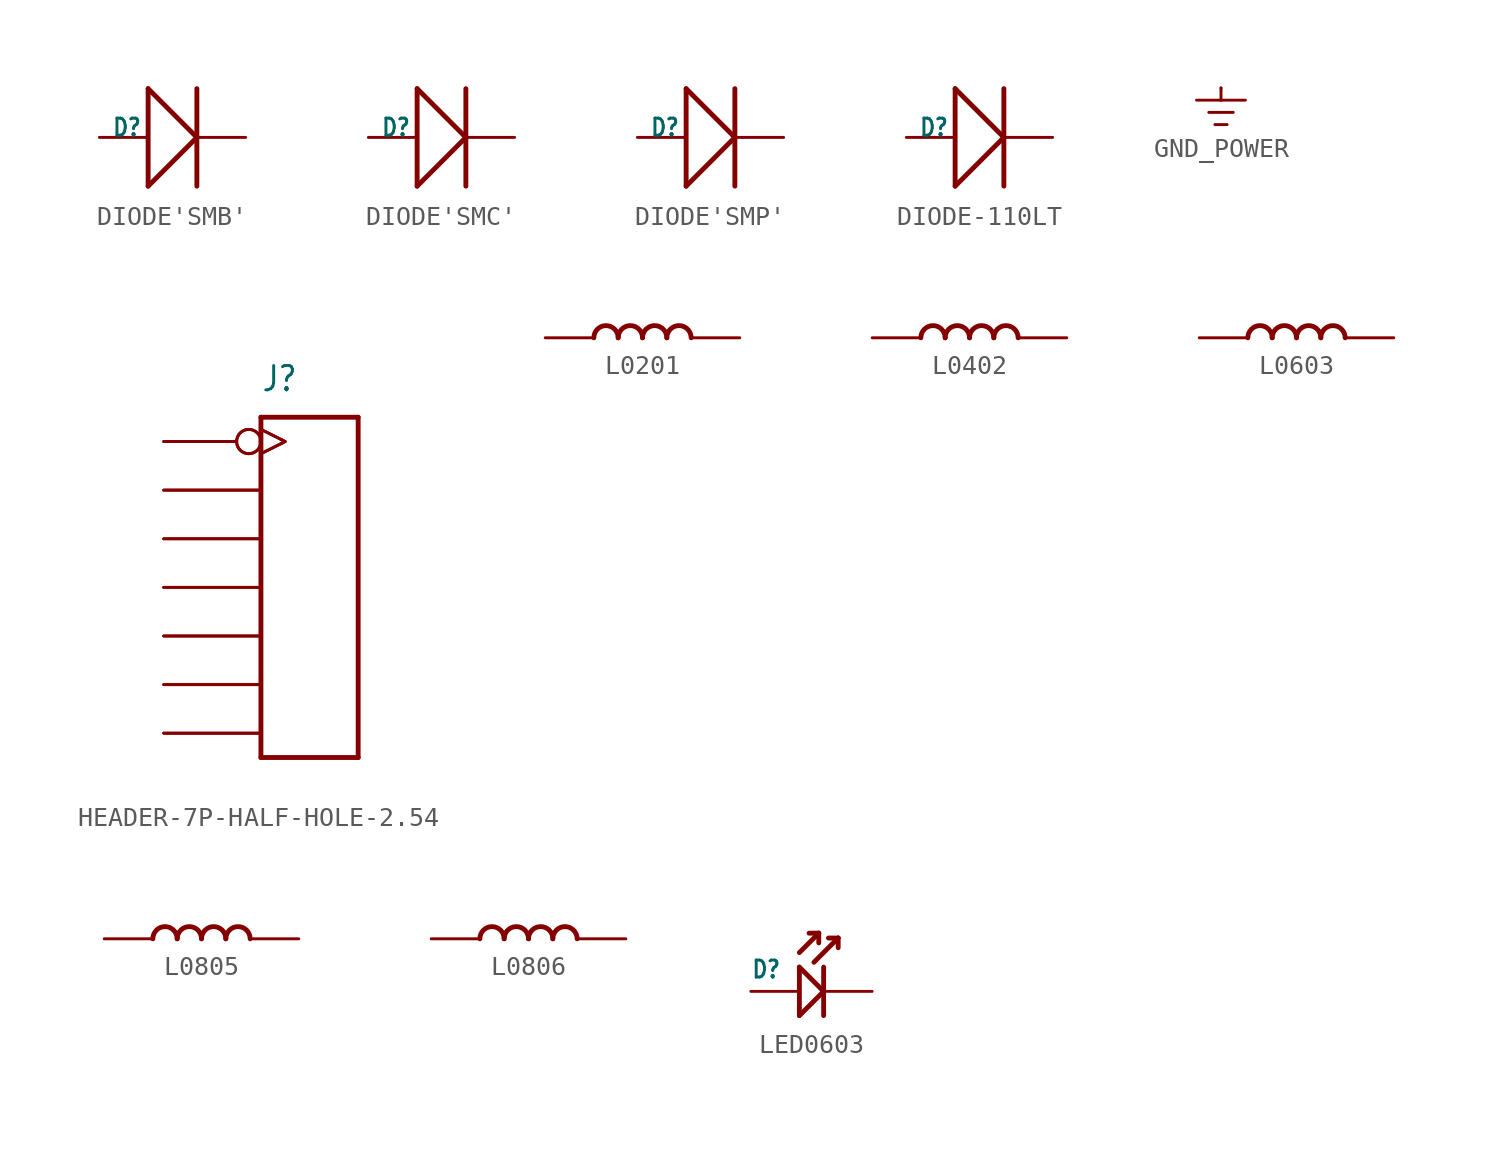
<source format=kicad_sym>
(kicad_symbol_lib
  (version 20241209)
  (generator "kicad_symbol_editor")
  (generator_version "9.0")
  (symbol "DIODE'SMB'"
    (property "Reference" "D"
      (at -3.175 0 0)
      (effects (font (size 0.889 0.756)) (justify left bottom)))
    (property "Value" ""
      (at 0 0 0)
      (effects (font (size 0.635 0.54)) (justify left bottom)))
    (property "ki_locked" ""
      (at 0 0 0)
      (effects (font (size 1.27 1.27))))
    (symbol "DIODE'SMB'_1_0"
      (polyline (pts (xy -1.27 2.54) (xy 1.27 0)) (stroke (width 0.254) (type solid)) (fill (type none)))
      (polyline (pts (xy -1.27 -2.54) (xy -1.27 2.54)) (stroke (width 0.254) (type solid)) (fill (type none)))
      (polyline (pts (xy -1.27 -2.54) (xy 1.27 0)) (stroke (width 0.254) (type solid)) (fill (type none)))
      (polyline (pts (xy 1.27 2.54) (xy 1.27 -2.54)) (stroke (width 0.254) (type solid)) (fill (type none)))
      (pin passive line (at -3.81 0 0) (length 2.54) (name "+" (effects (font (size 0 0)))) (number "1" (effects (font (size 0 0)))))
      (pin passive line (at 3.81 0 180) (length 2.54) (name "-" (effects (font (size 0 0)))) (number "2" (effects (font (size 0 0)))))))
  (symbol "DIODE'SMC'"
    (property "Reference" "D"
      (at -3.175 0 0)
      (effects (font (size 0.889 0.756)) (justify left bottom)))
    (property "Value" ""
      (at 0 0 0)
      (effects (font (size 0.635 0.54)) (justify left bottom)))
    (property "ki_locked" ""
      (at 0 0 0)
      (effects (font (size 1.27 1.27))))
    (symbol "DIODE'SMC'_1_0"
      (polyline (pts (xy -1.27 2.54) (xy 1.27 0)) (stroke (width 0.254) (type solid)) (fill (type none)))
      (polyline (pts (xy -1.27 -2.54) (xy -1.27 2.54)) (stroke (width 0.254) (type solid)) (fill (type none)))
      (polyline (pts (xy -1.27 -2.54) (xy 1.27 0)) (stroke (width 0.254) (type solid)) (fill (type none)))
      (polyline (pts (xy 1.27 2.54) (xy 1.27 -2.54)) (stroke (width 0.254) (type solid)) (fill (type none)))
      (pin passive line (at -3.81 0 0) (length 2.54) (name "+" (effects (font (size 0 0)))) (number "1" (effects (font (size 0 0)))))
      (pin passive line (at 3.81 0 180) (length 2.54) (name "-" (effects (font (size 0 0)))) (number "2" (effects (font (size 0 0)))))))
  (symbol "DIODE'SMP'"
    (property "Reference" "D"
      (at -3.175 0 0)
      (effects (font (size 0.889 0.756)) (justify left bottom)))
    (property "Value" ""
      (at 0 0 0)
      (effects (font (size 0.635 0.54)) (justify left bottom)))
    (property "ki_locked" ""
      (at 0 0 0)
      (effects (font (size 1.27 1.27))))
    (symbol "DIODE'SMP'_1_0"
      (polyline (pts (xy -1.27 2.54) (xy 1.27 0)) (stroke (width 0.254) (type solid)) (fill (type none)))
      (polyline (pts (xy -1.27 -2.54) (xy -1.27 2.54)) (stroke (width 0.254) (type solid)) (fill (type none)))
      (polyline (pts (xy -1.27 -2.54) (xy 1.27 0)) (stroke (width 0.254) (type solid)) (fill (type none)))
      (polyline (pts (xy 1.27 2.54) (xy 1.27 -2.54)) (stroke (width 0.254) (type solid)) (fill (type none)))
      (pin passive line (at -3.81 0 0) (length 2.54) (name "+" (effects (font (size 0 0)))) (number "+" (effects (font (size 0 0)))))
      (pin passive line (at 3.81 0 180) (length 2.54) (name "-" (effects (font (size 0 0)))) (number "-" (effects (font (size 0 0)))))))
  (symbol "DIODE-110LT"
    (property "Reference" "D"
      (at -3.175 0 0)
      (effects (font (size 0.889 0.756)) (justify left bottom)))
    (property "Value" ""
      (at 0 0 0)
      (effects (font (size 0.635 0.54)) (justify left bottom)))
    (property "ki_locked" ""
      (at 0 0 0)
      (effects (font (size 1.27 1.27))))
    (symbol "DIODE-110LT_1_0"
      (polyline (pts (xy -1.27 2.54) (xy 1.27 0)) (stroke (width 0.254) (type solid)) (fill (type none)))
      (polyline (pts (xy -1.27 -2.54) (xy -1.27 2.54)) (stroke (width 0.254) (type solid)) (fill (type none)))
      (polyline (pts (xy -1.27 -2.54) (xy 1.27 0)) (stroke (width 0.254) (type solid)) (fill (type none)))
      (polyline (pts (xy 1.27 2.54) (xy 1.27 -2.54)) (stroke (width 0.254) (type solid)) (fill (type none)))
      (pin passive line (at -3.81 0 0) (length 2.54) (name "+" (effects (font (size 0 0)))) (number "+" (effects (font (size 0 0)))))
      (pin passive line (at 3.81 0 180) (length 2.54) (name "-" (effects (font (size 0 0)))) (number "-" (effects (font (size 0 0)))))))
  (symbol "GND_POWER"
    (power)
    (property "Reference" ""
      (at 0 0 0)
      (effects (font (size 1.27 1.27)) (hide yes)))
    (property "ki_locked" ""
      (at 0 0 0)
      (effects (font (size 1.27 1.27))))
    (symbol "GND_POWER_1_0"
      (polyline (pts (xy -1.27 -0.635) (xy 0 -0.635)) (stroke (width 0.152) (type solid)) (fill (type none)))
      (polyline (pts (xy -0.635 -1.27) (xy 0.635 -1.27)) (stroke (width 0.152) (type solid)) (fill (type none)))
      (polyline (pts (xy -0.318 -1.905) (xy 0.318 -1.905)) (stroke (width 0.152) (type solid)) (fill (type none)))
      (polyline (pts (xy 0 0) (xy 0 -0.635)) (stroke (width 0.152) (type solid)) (fill (type none)))
      (polyline (pts (xy 0 -0.635) (xy 1.27 -0.635)) (stroke (width 0.152) (type solid)) (fill (type none)))
      (pin power_in line (at 0 0 270) (length 0) (name "GND" (effects (font (size 0 0)))) (number "1" (effects (font (size 0 0)))))))
  (symbol "HEADER-7P-HALF-HOLE-2.54"
    (property "Reference" "J"
      (at -2.54 10.16 0)
      (effects (font (size 1.27 1.079)) (justify left bottom)))
    (property "Value" ""
      (at -2.54 8.89 0)
      (effects (font (size 1.27 1.079)) (justify left bottom)))
    (property "ki_locked" ""
      (at 0 0 0)
      (effects (font (size 1.27 1.27))))
    (symbol "HEADER-7P-HALF-HOLE-2.54_1_0"
      (polyline (pts (xy -2.54 8.89) (xy 2.54 8.89)) (stroke (width 0.254) (type solid)) (fill (type none)))
      (polyline (pts (xy -2.54 -8.89) (xy -2.54 8.89)) (stroke (width 0.254) (type solid)) (fill (type none)))
      (polyline (pts (xy 2.54 8.89) (xy 2.54 -8.89)) (stroke (width 0.254) (type solid)) (fill (type none)))
      (polyline (pts (xy 2.54 -8.89) (xy -2.54 -8.89)) (stroke (width 0.254) (type solid)) (fill (type none)))
      (pin bidirectional inverted_clock (at -7.62 7.62 0) (length 5.08) (name "1" (effects (font (size 0 0)))) (number "1" (effects (font (size 0 0)))))
      (pin bidirectional inverted_clock (at -7.62 7.62 0) (length 5.08) (name "1" (effects (font (size 0 0)))) (number "13" (effects (font (size 0 0)))))
      (pin bidirectional line (at -7.62 5.08 0) (length 5.08) (name "2" (effects (font (size 0 0)))) (number "14" (effects (font (size 0 0)))))
      (pin bidirectional line (at -7.62 5.08 0) (length 5.08) (name "2" (effects (font (size 0 0)))) (number "2" (effects (font (size 0 0)))))
      (pin bidirectional line (at -7.62 2.54 0) (length 5.08) (name "3" (effects (font (size 0 0)))) (number "15" (effects (font (size 0 0)))))
      (pin bidirectional line (at -7.62 2.54 0) (length 5.08) (name "3" (effects (font (size 0 0)))) (number "3" (effects (font (size 0 0)))))
      (pin bidirectional line (at -7.62 0 0) (length 5.08) (name "4" (effects (font (size 0 0)))) (number "16" (effects (font (size 0 0)))))
      (pin bidirectional line (at -7.62 0 0) (length 5.08) (name "4" (effects (font (size 0 0)))) (number "4" (effects (font (size 0 0)))))
      (pin bidirectional line (at -7.62 -2.54 0) (length 5.08) (name "5" (effects (font (size 0 0)))) (number "17" (effects (font (size 0 0)))))
      (pin bidirectional line (at -7.62 -2.54 0) (length 5.08) (name "5" (effects (font (size 0 0)))) (number "5" (effects (font (size 0 0)))))
      (pin bidirectional line (at -7.62 -5.08 0) (length 5.08) (name "6" (effects (font (size 0 0)))) (number "18" (effects (font (size 0 0)))))
      (pin bidirectional line (at -7.62 -5.08 0) (length 5.08) (name "6" (effects (font (size 0 0)))) (number "6" (effects (font (size 0 0)))))
      (pin bidirectional line (at -7.62 -7.62 0) (length 5.08) (name "7" (effects (font (size 0 0)))) (number "19" (effects (font (size 0 0)))))
      (pin bidirectional line (at -7.62 -7.62 0) (length 5.08) (name "7" (effects (font (size 0 0)))) (number "7" (effects (font (size 0 0)))))))
  (symbol "L0201"
    (property "Reference" "L"
      (at -5.08 0 0)
      (effects (font (size 1.27 1.079)) (justify left bottom) (hide yes)))
    (property "ki_locked" ""
      (at 0 0 0)
      (effects (font (size 1.27 1.27))))
    (symbol "L0201_1_0"
      (arc (start -2.54 0) (mid -1.905 0.635) (end -1.27 0) (stroke (width 0.254) (type solid)) (fill (type none)))
      (arc (start -1.27 0) (mid -0.635 0.635) (end 0 0) (stroke (width 0.254) (type solid)) (fill (type none)))
      (arc (start 0 0) (mid 0.635 0.635) (end 1.27 0) (stroke (width 0.254) (type solid)) (fill (type none)))
      (arc (start 1.27 0) (mid 1.905 0.635) (end 2.54 0) (stroke (width 0.254) (type solid)) (fill (type none)))
      (pin passive line (at -5.08 0 0) (length 2.54) (name "1" (effects (font (size 0 0)))) (number "1" (effects (font (size 0 0)))))
      (pin passive line (at 5.08 0 180) (length 2.54) (name "2" (effects (font (size 0 0)))) (number "2" (effects (font (size 0 0)))))))
  (symbol "L0402"
    (property "Reference" "L"
      (at -5.08 0 0)
      (effects (font (size 1.27 1.079)) (justify left bottom) (hide yes)))
    (property "ki_locked" ""
      (at 0 0 0)
      (effects (font (size 1.27 1.27))))
    (symbol "L0402_1_0"
      (arc (start -2.54 0) (mid -1.905 0.635) (end -1.27 0) (stroke (width 0.254) (type solid)) (fill (type none)))
      (arc (start -1.27 0) (mid -0.635 0.635) (end 0 0) (stroke (width 0.254) (type solid)) (fill (type none)))
      (arc (start 0 0) (mid 0.635 0.635) (end 1.27 0) (stroke (width 0.254) (type solid)) (fill (type none)))
      (arc (start 1.27 0) (mid 1.905 0.635) (end 2.54 0) (stroke (width 0.254) (type solid)) (fill (type none)))
      (pin passive line (at -5.08 0 0) (length 2.54) (name "1" (effects (font (size 0 0)))) (number "1" (effects (font (size 0 0)))))
      (pin passive line (at 5.08 0 180) (length 2.54) (name "2" (effects (font (size 0 0)))) (number "2" (effects (font (size 0 0)))))))
  (symbol "L0603"
    (property "Reference" "L"
      (at -5.08 0 0)
      (effects (font (size 1.27 1.079)) (justify left bottom) (hide yes)))
    (property "ki_locked" ""
      (at 0 0 0)
      (effects (font (size 1.27 1.27))))
    (symbol "L0603_1_0"
      (arc (start -2.54 0) (mid -1.905 0.635) (end -1.27 0) (stroke (width 0.254) (type solid)) (fill (type none)))
      (arc (start -1.27 0) (mid -0.635 0.635) (end 0 0) (stroke (width 0.254) (type solid)) (fill (type none)))
      (arc (start 0 0) (mid 0.635 0.635) (end 1.27 0) (stroke (width 0.254) (type solid)) (fill (type none)))
      (arc (start 1.27 0) (mid 1.905 0.635) (end 2.54 0) (stroke (width 0.254) (type solid)) (fill (type none)))
      (pin passive line (at -5.08 0 0) (length 2.54) (name "1" (effects (font (size 0 0)))) (number "1" (effects (font (size 0 0)))))
      (pin passive line (at 5.08 0 180) (length 2.54) (name "2" (effects (font (size 0 0)))) (number "2" (effects (font (size 0 0)))))))
  (symbol "L0805"
    (property "Reference" "L"
      (at -5.08 0 0)
      (effects (font (size 1.27 1.079)) (justify left bottom) (hide yes)))
    (property "ki_locked" ""
      (at 0 0 0)
      (effects (font (size 1.27 1.27))))
    (symbol "L0805_1_0"
      (arc (start -2.54 0) (mid -1.905 0.635) (end -1.27 0) (stroke (width 0.254) (type solid)) (fill (type none)))
      (arc (start -1.27 0) (mid -0.635 0.635) (end 0 0) (stroke (width 0.254) (type solid)) (fill (type none)))
      (arc (start 0 0) (mid 0.635 0.635) (end 1.27 0) (stroke (width 0.254) (type solid)) (fill (type none)))
      (arc (start 1.27 0) (mid 1.905 0.635) (end 2.54 0) (stroke (width 0.254) (type solid)) (fill (type none)))
      (pin passive line (at -5.08 0 0) (length 2.54) (name "1" (effects (font (size 0 0)))) (number "1" (effects (font (size 0 0)))))
      (pin passive line (at 5.08 0 180) (length 2.54) (name "2" (effects (font (size 0 0)))) (number "2" (effects (font (size 0 0)))))))
  (symbol "L0806"
    (property "Reference" "L"
      (at -5.08 0 0)
      (effects (font (size 1.27 1.079)) (justify left bottom) (hide yes)))
    (property "ki_locked" ""
      (at 0 0 0)
      (effects (font (size 1.27 1.27))))
    (symbol "L0806_1_0"
      (arc (start -2.54 0) (mid -1.905 0.635) (end -1.27 0) (stroke (width 0.254) (type solid)) (fill (type none)))
      (arc (start -1.27 0) (mid -0.635 0.635) (end 0 0) (stroke (width 0.254) (type solid)) (fill (type none)))
      (arc (start 0 0) (mid 0.635 0.635) (end 1.27 0) (stroke (width 0.254) (type solid)) (fill (type none)))
      (arc (start 1.27 0) (mid 1.905 0.635) (end 2.54 0) (stroke (width 0.254) (type solid)) (fill (type none)))
      (pin passive line (at -5.08 0 0) (length 2.54) (name "1" (effects (font (size 0 0)))) (number "1" (effects (font (size 0 0)))))
      (pin passive line (at 5.08 0 180) (length 2.54) (name "2" (effects (font (size 0 0)))) (number "2" (effects (font (size 0 0)))))))
  (symbol "LED0603"
    (property "Reference" "D"
      (at -2.54 0.635 0)
      (effects (font (size 0.889 0.756)) (justify left bottom)))
    (property "Value" ""
      (at 1.27 0.635 0)
      (effects (font (size 0.889 0.756)) (justify left bottom)))
    (property "ki_locked" ""
      (at 0 0 0)
      (effects (font (size 1.27 1.27))))
    (symbol "LED0603_1_0"
      (polyline (pts (xy 0 2.032) (xy 1.016 3.048)) (stroke (width 0.254) (type solid)) (fill (type none)))
      (polyline (pts (xy 0 1.27) (xy 1.27 0)) (stroke (width 0.254) (type solid)) (fill (type none)))
      (polyline (pts (xy 0 -1.27) (xy 0 1.27)) (stroke (width 0.254) (type solid)) (fill (type none)))
      (polyline (pts (xy 0.762 1.524) (xy 2.032 2.794)) (stroke (width 0.254) (type solid)) (fill (type none)))
      (polyline (pts (xy 1.016 3.048) (xy 0.508 3.048)) (stroke (width 0.254) (type solid)) (fill (type none)))
      (polyline (pts (xy 1.016 3.048) (xy 1.016 2.54)) (stroke (width 0.254) (type solid)) (fill (type none)))
      (polyline (pts (xy 1.27 1.27) (xy 1.27 0)) (stroke (width 0.254) (type solid)) (fill (type none)))
      (polyline (pts (xy 1.27 0) (xy 0 -1.27)) (stroke (width 0.254) (type solid)) (fill (type none)))
      (polyline (pts (xy 1.27 0) (xy 1.27 -1.27)) (stroke (width 0.254) (type solid)) (fill (type none)))
      (polyline (pts (xy 2.032 2.794) (xy 1.524 2.794)) (stroke (width 0.254) (type solid)) (fill (type none)))
      (polyline (pts (xy 2.032 2.794) (xy 2.032 2.286)) (stroke (width 0.254) (type solid)) (fill (type none)))
      (pin passive line (at -2.54 0 0) (length 2.54) (name "+" (effects (font (size 0 0)))) (number "+" (effects (font (size 0 0)))))
      (pin passive line (at 3.81 0 180) (length 2.54) (name "-" (effects (font (size 0 0)))) (number "-" (effects (font (size 0 0))))))))
</source>
